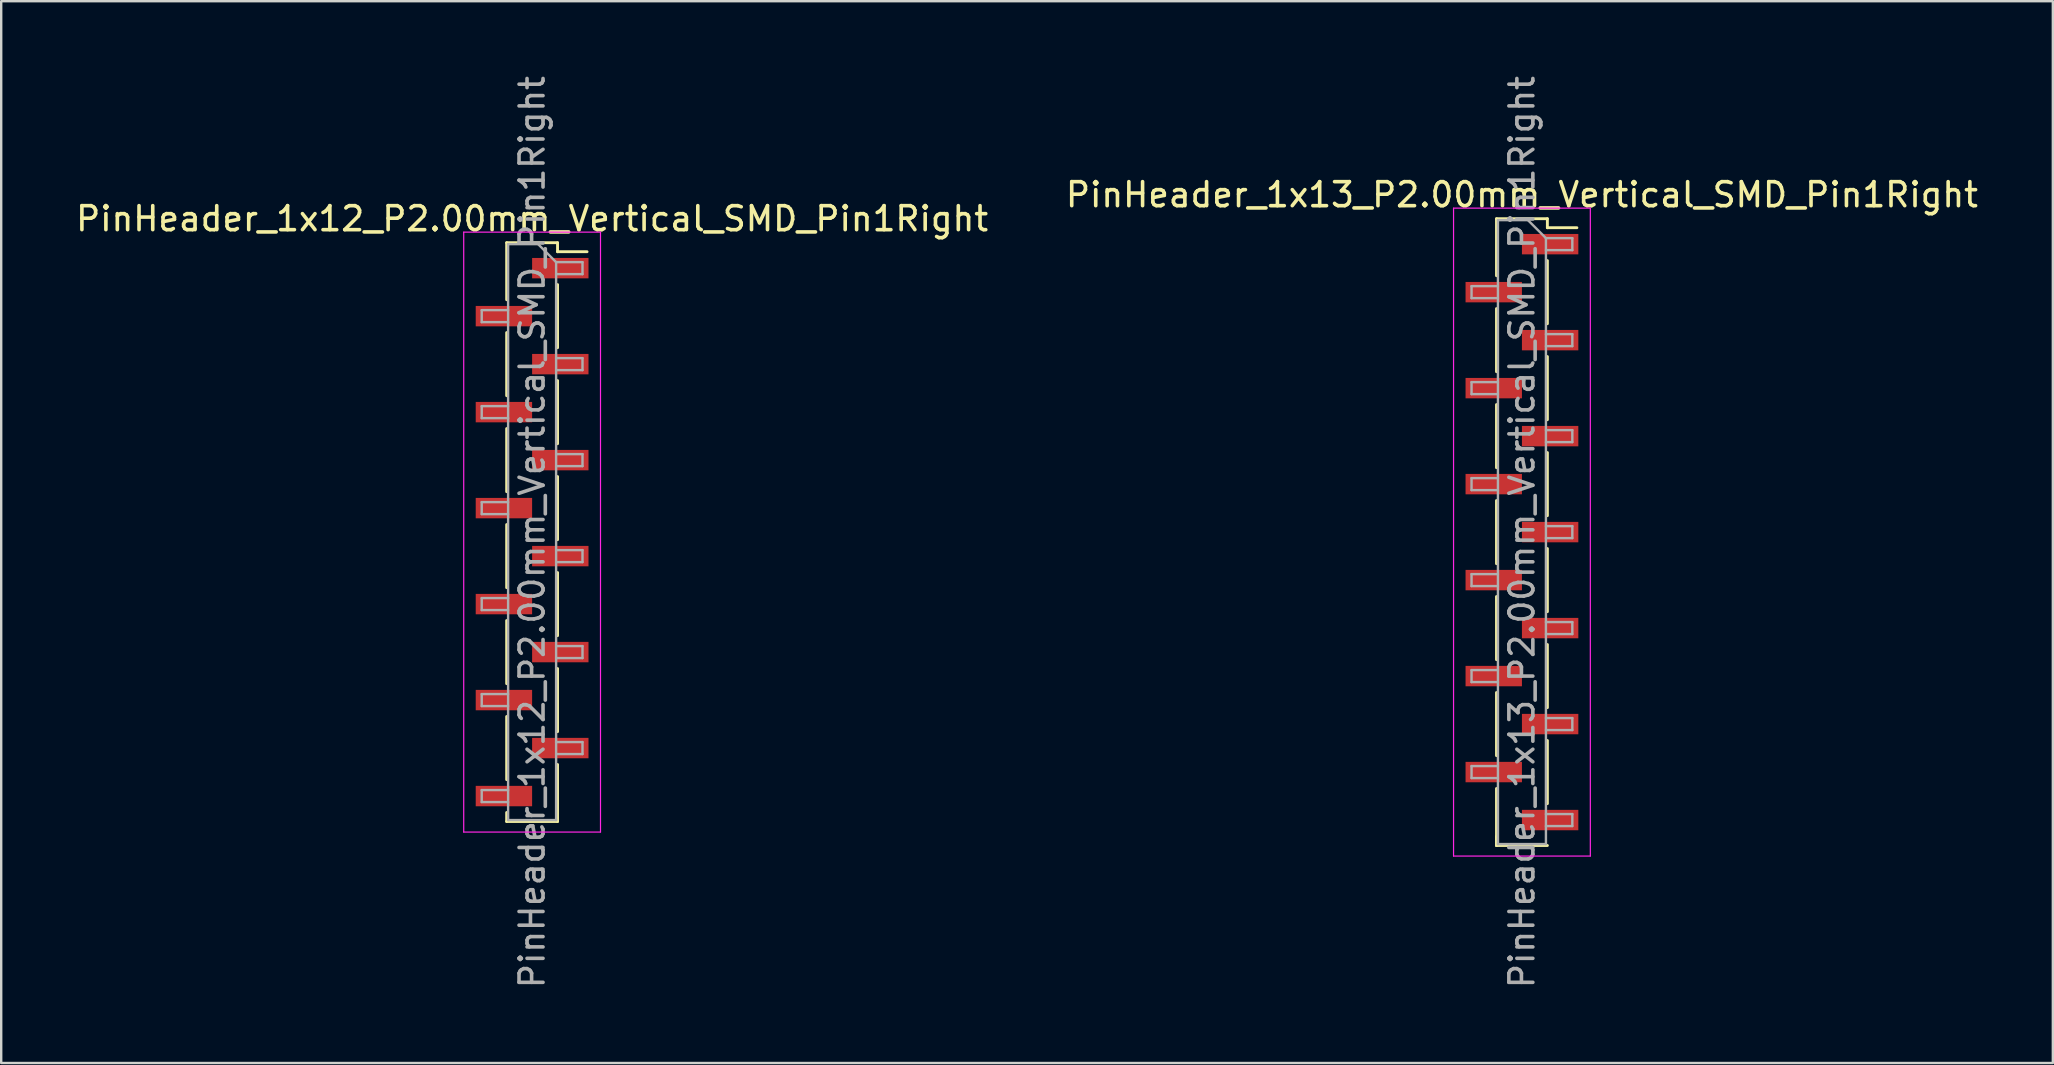
<source format=kicad_pcb>
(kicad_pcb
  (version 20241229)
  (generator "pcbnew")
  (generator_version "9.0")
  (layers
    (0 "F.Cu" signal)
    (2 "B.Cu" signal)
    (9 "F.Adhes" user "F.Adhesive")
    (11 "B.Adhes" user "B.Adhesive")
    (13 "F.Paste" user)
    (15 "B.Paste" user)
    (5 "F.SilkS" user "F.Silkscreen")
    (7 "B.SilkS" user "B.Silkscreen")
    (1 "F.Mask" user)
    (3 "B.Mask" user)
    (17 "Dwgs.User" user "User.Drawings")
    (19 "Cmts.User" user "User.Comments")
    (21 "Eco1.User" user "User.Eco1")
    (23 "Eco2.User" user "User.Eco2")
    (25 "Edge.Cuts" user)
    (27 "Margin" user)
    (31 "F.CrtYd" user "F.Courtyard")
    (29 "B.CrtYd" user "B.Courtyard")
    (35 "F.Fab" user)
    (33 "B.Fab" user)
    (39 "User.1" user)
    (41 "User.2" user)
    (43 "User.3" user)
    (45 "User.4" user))
  (footprint "PinHeader_1x13_P2.00mm_Vertical_SMD_Pin1Right"
    (layer "F.Cu")
    (at 60.375 19.125)
    (property "Reference" "PinHeader_1x13_P2.00mm_Vertical_SMD_Pin1Right" (at 0 -14.06 0) (layer "F.SilkS") (effects (font (size 1 1) (thickness 0.15))))
    (attr smd)
    (fp_line (start -1.06 -13.06) (end -1.06 -10.685) (stroke (width 0.12) (type solid)) (layer "F.SilkS"))
    (fp_line (start -1.06 -13.06) (end 1.06 -13.06) (stroke (width 0.12) (type solid)) (layer "F.SilkS"))
    (fp_line (start -1.06 -9.315) (end -1.06 -6.685) (stroke (width 0.12) (type solid)) (layer "F.SilkS"))
    (fp_line (start -1.06 -5.315) (end -1.06 -2.685) (stroke (width 0.12) (type solid)) (layer "F.SilkS"))
    (fp_line (start -1.06 -1.315) (end -1.06 1.315) (stroke (width 0.12) (type solid)) (layer "F.SilkS"))
    (fp_line (start -1.06 2.685) (end -1.06 5.315) (stroke (width 0.12) (type solid)) (layer "F.SilkS"))
    (fp_line (start -1.06 6.685) (end -1.06 9.315) (stroke (width 0.12) (type solid)) (layer "F.SilkS"))
    (fp_line (start -1.06 10.685) (end -1.06 13.06) (stroke (width 0.12) (type solid)) (layer "F.SilkS"))
    (fp_line (start -1.06 12.685) (end -1.06 13.06) (stroke (width 0.12) (type solid)) (layer "F.SilkS"))
    (fp_line (start -1.06 13.06) (end 1.06 13.06) (stroke (width 0.12) (type solid)) (layer "F.SilkS"))
    (fp_line (start 1.06 -13.06) (end 1.06 -12.685) (stroke (width 0.12) (type solid)) (layer "F.SilkS"))
    (fp_line (start 1.06 -12.685) (end 2.29 -12.685) (stroke (width 0.12) (type solid)) (layer "F.SilkS"))
    (fp_line (start 1.06 -11.315) (end 1.06 -8.685) (stroke (width 0.12) (type solid)) (layer "F.SilkS"))
    (fp_line (start 1.06 -7.315) (end 1.06 -4.685) (stroke (width 0.12) (type solid)) (layer "F.SilkS"))
    (fp_line (start 1.06 -3.315) (end 1.06 -0.685) (stroke (width 0.12) (type solid)) (layer "F.SilkS"))
    (fp_line (start 1.06 0.685) (end 1.06 3.315) (stroke (width 0.12) (type solid)) (layer "F.SilkS"))
    (fp_line (start 1.06 4.685) (end 1.06 7.315) (stroke (width 0.12) (type solid)) (layer "F.SilkS"))
    (fp_line (start 1.06 8.685) (end 1.06 11.315) (stroke (width 0.12) (type solid)) (layer "F.SilkS"))
    (fp_line (start -2.85 -13.5) (end -2.85 13.5) (stroke (width 0.05) (type solid)) (layer "F.CrtYd"))
    (fp_line (start -2.85 13.5) (end 2.85 13.5) (stroke (width 0.05) (type solid)) (layer "F.CrtYd"))
    (fp_line (start 2.85 -13.5) (end -2.85 -13.5) (stroke (width 0.05) (type solid)) (layer "F.CrtYd"))
    (fp_line (start 2.85 13.5) (end 2.85 -13.5) (stroke (width 0.05) (type solid)) (layer "F.CrtYd"))
    (fp_line (start -2.1 -10.25) (end -2.1 -9.75) (stroke (width 0.1) (type solid)) (layer "F.Fab"))
    (fp_line (start -2.1 -9.75) (end -1 -9.75) (stroke (width 0.1) (type solid)) (layer "F.Fab"))
    (fp_line (start -2.1 -6.25) (end -2.1 -5.75) (stroke (width 0.1) (type solid)) (layer "F.Fab"))
    (fp_line (start -2.1 -5.75) (end -1 -5.75) (stroke (width 0.1) (type solid)) (layer "F.Fab"))
    (fp_line (start -2.1 -2.25) (end -2.1 -1.75) (stroke (width 0.1) (type solid)) (layer "F.Fab"))
    (fp_line (start -2.1 -1.75) (end -1 -1.75) (stroke (width 0.1) (type solid)) (layer "F.Fab"))
    (fp_line (start -2.1 1.75) (end -2.1 2.25) (stroke (width 0.1) (type solid)) (layer "F.Fab"))
    (fp_line (start -2.1 2.25) (end -1 2.25) (stroke (width 0.1) (type solid)) (layer "F.Fab"))
    (fp_line (start -2.1 5.75) (end -2.1 6.25) (stroke (width 0.1) (type solid)) (layer "F.Fab"))
    (fp_line (start -2.1 6.25) (end -1 6.25) (stroke (width 0.1) (type solid)) (layer "F.Fab"))
    (fp_line (start -2.1 9.75) (end -2.1 10.25) (stroke (width 0.1) (type solid)) (layer "F.Fab"))
    (fp_line (start -2.1 10.25) (end -1 10.25) (stroke (width 0.1) (type solid)) (layer "F.Fab"))
    (fp_line (start -1 -13) (end -1 13) (stroke (width 0.1) (type solid)) (layer "F.Fab"))
    (fp_line (start -1 -13) (end 0.25 -13) (stroke (width 0.1) (type solid)) (layer "F.Fab"))
    (fp_line (start -1 -10.25) (end -2.1 -10.25) (stroke (width 0.1) (type solid)) (layer "F.Fab"))
    (fp_line (start -1 -6.25) (end -2.1 -6.25) (stroke (width 0.1) (type solid)) (layer "F.Fab"))
    (fp_line (start -1 -2.25) (end -2.1 -2.25) (stroke (width 0.1) (type solid)) (layer "F.Fab"))
    (fp_line (start -1 1.75) (end -2.1 1.75) (stroke (width 0.1) (type solid)) (layer "F.Fab"))
    (fp_line (start -1 5.75) (end -2.1 5.75) (stroke (width 0.1) (type solid)) (layer "F.Fab"))
    (fp_line (start -1 9.75) (end -2.1 9.75) (stroke (width 0.1) (type solid)) (layer "F.Fab"))
    (fp_line (start 1 -12.25) (end 0.25 -13) (stroke (width 0.1) (type solid)) (layer "F.Fab"))
    (fp_line (start 1 -12.25) (end 2.1 -12.25) (stroke (width 0.1) (type solid)) (layer "F.Fab"))
    (fp_line (start 1 -8.25) (end 2.1 -8.25) (stroke (width 0.1) (type solid)) (layer "F.Fab"))
    (fp_line (start 1 -4.25) (end 2.1 -4.25) (stroke (width 0.1) (type solid)) (layer "F.Fab"))
    (fp_line (start 1 -0.25) (end 2.1 -0.25) (stroke (width 0.1) (type solid)) (layer "F.Fab"))
    (fp_line (start 1 3.75) (end 2.1 3.75) (stroke (width 0.1) (type solid)) (layer "F.Fab"))
    (fp_line (start 1 7.75) (end 2.1 7.75) (stroke (width 0.1) (type solid)) (layer "F.Fab"))
    (fp_line (start 1 11.75) (end 2.1 11.75) (stroke (width 0.1) (type solid)) (layer "F.Fab"))
    (fp_line (start 1 13) (end -1 13) (stroke (width 0.1) (type solid)) (layer "F.Fab"))
    (fp_line (start 1 13) (end 1 -12.25) (stroke (width 0.1) (type solid)) (layer "F.Fab"))
    (fp_line (start 2.1 -12.25) (end 2.1 -11.75) (stroke (width 0.1) (type solid)) (layer "F.Fab"))
    (fp_line (start 2.1 -11.75) (end 1 -11.75) (stroke (width 0.1) (type solid)) (layer "F.Fab"))
    (fp_line (start 2.1 -8.25) (end 2.1 -7.75) (stroke (width 0.1) (type solid)) (layer "F.Fab"))
    (fp_line (start 2.1 -7.75) (end 1 -7.75) (stroke (width 0.1) (type solid)) (layer "F.Fab"))
    (fp_line (start 2.1 -4.25) (end 2.1 -3.75) (stroke (width 0.1) (type solid)) (layer "F.Fab"))
    (fp_line (start 2.1 -3.75) (end 1 -3.75) (stroke (width 0.1) (type solid)) (layer "F.Fab"))
    (fp_line (start 2.1 -0.25) (end 2.1 0.25) (stroke (width 0.1) (type solid)) (layer "F.Fab"))
    (fp_line (start 2.1 0.25) (end 1 0.25) (stroke (width 0.1) (type solid)) (layer "F.Fab"))
    (fp_line (start 2.1 3.75) (end 2.1 4.25) (stroke (width 0.1) (type solid)) (layer "F.Fab"))
    (fp_line (start 2.1 4.25) (end 1 4.25) (stroke (width 0.1) (type solid)) (layer "F.Fab"))
    (fp_line (start 2.1 7.75) (end 2.1 8.25) (stroke (width 0.1) (type solid)) (layer "F.Fab"))
    (fp_line (start 2.1 8.25) (end 1 8.25) (stroke (width 0.1) (type solid)) (layer "F.Fab"))
    (fp_line (start 2.1 11.75) (end 2.1 12.25) (stroke (width 0.1) (type solid)) (layer "F.Fab"))
    (fp_line (start 2.1 12.25) (end 1 12.25) (stroke (width 0.1) (type solid)) (layer "F.Fab"))
    (fp_text user "${REFERENCE}" (at 0 0 90) (layer "F.Fab") (effects (font (size 1 1) (thickness 0.15))))
    (pad "1" smd rect (at 1.175 -12) (size 2.35 0.85) (layers "F.Cu" "F.Mask" "F.Paste"))
    (pad "2" smd rect (at -1.175 -10) (size 2.35 0.85) (layers "F.Cu" "F.Mask" "F.Paste"))
    (pad "3" smd rect (at 1.175 -8) (size 2.35 0.85) (layers "F.Cu" "F.Mask" "F.Paste"))
    (pad "4" smd rect (at -1.175 -6) (size 2.35 0.85) (layers "F.Cu" "F.Mask" "F.Paste"))
    (pad "5" smd rect (at 1.175 -4) (size 2.35 0.85) (layers "F.Cu" "F.Mask" "F.Paste"))
    (pad "6" smd rect (at -1.175 -2) (size 2.35 0.85) (layers "F.Cu" "F.Mask" "F.Paste"))
    (pad "7" smd rect (at 1.175 0) (size 2.35 0.85) (layers "F.Cu" "F.Mask" "F.Paste"))
    (pad "8" smd rect (at -1.175 2) (size 2.35 0.85) (layers "F.Cu" "F.Mask" "F.Paste"))
    (pad "9" smd rect (at 1.175 4) (size 2.35 0.85) (layers "F.Cu" "F.Mask" "F.Paste"))
    (pad "10" smd rect (at -1.175 6) (size 2.35 0.85) (layers "F.Cu" "F.Mask" "F.Paste"))
    (pad "11" smd rect (at 1.175 8) (size 2.35 0.85) (layers "F.Cu" "F.Mask" "F.Paste"))
    (pad "12" smd rect (at -1.175 10) (size 2.35 0.85) (layers "F.Cu" "F.Mask" "F.Paste"))
    (pad "13" smd rect (at 1.175 12) (size 2.35 0.85) (layers "F.Cu" "F.Mask" "F.Paste")))
  (footprint "PinHeader_1x12_P2.00mm_Vertical_SMD_Pin1Right"
    (layer "F.Cu")
    (at 19.125 19.125)
    (property "Reference" "PinHeader_1x12_P2.00mm_Vertical_SMD_Pin1Right" (at 0 -13.06 0) (layer "F.SilkS") (effects (font (size 1 1) (thickness 0.15))))
    (attr smd)
    (fp_line (start -1.06 -12.06) (end -1.06 -9.685) (stroke (width 0.12) (type solid)) (layer "F.SilkS"))
    (fp_line (start -1.06 -12.06) (end 1.06 -12.06) (stroke (width 0.12) (type solid)) (layer "F.SilkS"))
    (fp_line (start -1.06 -8.315) (end -1.06 -5.685) (stroke (width 0.12) (type solid)) (layer "F.SilkS"))
    (fp_line (start -1.06 -4.315) (end -1.06 -1.685) (stroke (width 0.12) (type solid)) (layer "F.SilkS"))
    (fp_line (start -1.06 -0.315) (end -1.06 2.315) (stroke (width 0.12) (type solid)) (layer "F.SilkS"))
    (fp_line (start -1.06 3.685) (end -1.06 6.315) (stroke (width 0.12) (type solid)) (layer "F.SilkS"))
    (fp_line (start -1.06 7.685) (end -1.06 10.315) (stroke (width 0.12) (type solid)) (layer "F.SilkS"))
    (fp_line (start -1.06 11.685) (end -1.06 12.06) (stroke (width 0.12) (type solid)) (layer "F.SilkS"))
    (fp_line (start -1.06 12.06) (end 1.06 12.06) (stroke (width 0.12) (type solid)) (layer "F.SilkS"))
    (fp_line (start 1.06 -12.06) (end 1.06 -11.685) (stroke (width 0.12) (type solid)) (layer "F.SilkS"))
    (fp_line (start 1.06 -11.685) (end 2.29 -11.685) (stroke (width 0.12) (type solid)) (layer "F.SilkS"))
    (fp_line (start 1.06 -10.315) (end 1.06 -7.685) (stroke (width 0.12) (type solid)) (layer "F.SilkS"))
    (fp_line (start 1.06 -6.315) (end 1.06 -3.685) (stroke (width 0.12) (type solid)) (layer "F.SilkS"))
    (fp_line (start 1.06 -2.315) (end 1.06 0.315) (stroke (width 0.12) (type solid)) (layer "F.SilkS"))
    (fp_line (start 1.06 1.685) (end 1.06 4.315) (stroke (width 0.12) (type solid)) (layer "F.SilkS"))
    (fp_line (start 1.06 5.685) (end 1.06 8.315) (stroke (width 0.12) (type solid)) (layer "F.SilkS"))
    (fp_line (start 1.06 9.685) (end 1.06 12.06) (stroke (width 0.12) (type solid)) (layer "F.SilkS"))
    (fp_line (start -2.85 -12.5) (end -2.85 12.5) (stroke (width 0.05) (type solid)) (layer "F.CrtYd"))
    (fp_line (start -2.85 12.5) (end 2.85 12.5) (stroke (width 0.05) (type solid)) (layer "F.CrtYd"))
    (fp_line (start 2.85 -12.5) (end -2.85 -12.5) (stroke (width 0.05) (type solid)) (layer "F.CrtYd"))
    (fp_line (start 2.85 12.5) (end 2.85 -12.5) (stroke (width 0.05) (type solid)) (layer "F.CrtYd"))
    (fp_line (start -2.1 -9.25) (end -2.1 -8.75) (stroke (width 0.1) (type solid)) (layer "F.Fab"))
    (fp_line (start -2.1 -8.75) (end -1 -8.75) (stroke (width 0.1) (type solid)) (layer "F.Fab"))
    (fp_line (start -2.1 -5.25) (end -2.1 -4.75) (stroke (width 0.1) (type solid)) (layer "F.Fab"))
    (fp_line (start -2.1 -4.75) (end -1 -4.75) (stroke (width 0.1) (type solid)) (layer "F.Fab"))
    (fp_line (start -2.1 -1.25) (end -2.1 -0.75) (stroke (width 0.1) (type solid)) (layer "F.Fab"))
    (fp_line (start -2.1 -0.75) (end -1 -0.75) (stroke (width 0.1) (type solid)) (layer "F.Fab"))
    (fp_line (start -2.1 2.75) (end -2.1 3.25) (stroke (width 0.1) (type solid)) (layer "F.Fab"))
    (fp_line (start -2.1 3.25) (end -1 3.25) (stroke (width 0.1) (type solid)) (layer "F.Fab"))
    (fp_line (start -2.1 6.75) (end -2.1 7.25) (stroke (width 0.1) (type solid)) (layer "F.Fab"))
    (fp_line (start -2.1 7.25) (end -1 7.25) (stroke (width 0.1) (type solid)) (layer "F.Fab"))
    (fp_line (start -2.1 10.75) (end -2.1 11.25) (stroke (width 0.1) (type solid)) (layer "F.Fab"))
    (fp_line (start -2.1 11.25) (end -1 11.25) (stroke (width 0.1) (type solid)) (layer "F.Fab"))
    (fp_line (start -1 -12) (end -1 12) (stroke (width 0.1) (type solid)) (layer "F.Fab"))
    (fp_line (start -1 -12) (end 0.25 -12) (stroke (width 0.1) (type solid)) (layer "F.Fab"))
    (fp_line (start -1 -9.25) (end -2.1 -9.25) (stroke (width 0.1) (type solid)) (layer "F.Fab"))
    (fp_line (start -1 -5.25) (end -2.1 -5.25) (stroke (width 0.1) (type solid)) (layer "F.Fab"))
    (fp_line (start -1 -1.25) (end -2.1 -1.25) (stroke (width 0.1) (type solid)) (layer "F.Fab"))
    (fp_line (start -1 2.75) (end -2.1 2.75) (stroke (width 0.1) (type solid)) (layer "F.Fab"))
    (fp_line (start -1 6.75) (end -2.1 6.75) (stroke (width 0.1) (type solid)) (layer "F.Fab"))
    (fp_line (start -1 10.75) (end -2.1 10.75) (stroke (width 0.1) (type solid)) (layer "F.Fab"))
    (fp_line (start 1 -11.25) (end 0.25 -12) (stroke (width 0.1) (type solid)) (layer "F.Fab"))
    (fp_line (start 1 -11.25) (end 2.1 -11.25) (stroke (width 0.1) (type solid)) (layer "F.Fab"))
    (fp_line (start 1 -7.25) (end 2.1 -7.25) (stroke (width 0.1) (type solid)) (layer "F.Fab"))
    (fp_line (start 1 -3.25) (end 2.1 -3.25) (stroke (width 0.1) (type solid)) (layer "F.Fab"))
    (fp_line (start 1 0.75) (end 2.1 0.75) (stroke (width 0.1) (type solid)) (layer "F.Fab"))
    (fp_line (start 1 4.75) (end 2.1 4.75) (stroke (width 0.1) (type solid)) (layer "F.Fab"))
    (fp_line (start 1 8.75) (end 2.1 8.75) (stroke (width 0.1) (type solid)) (layer "F.Fab"))
    (fp_line (start 1 12) (end -1 12) (stroke (width 0.1) (type solid)) (layer "F.Fab"))
    (fp_line (start 1 12) (end 1 -11.25) (stroke (width 0.1) (type solid)) (layer "F.Fab"))
    (fp_line (start 2.1 -11.25) (end 2.1 -10.75) (stroke (width 0.1) (type solid)) (layer "F.Fab"))
    (fp_line (start 2.1 -10.75) (end 1 -10.75) (stroke (width 0.1) (type solid)) (layer "F.Fab"))
    (fp_line (start 2.1 -7.25) (end 2.1 -6.75) (stroke (width 0.1) (type solid)) (layer "F.Fab"))
    (fp_line (start 2.1 -6.75) (end 1 -6.75) (stroke (width 0.1) (type solid)) (layer "F.Fab"))
    (fp_line (start 2.1 -3.25) (end 2.1 -2.75) (stroke (width 0.1) (type solid)) (layer "F.Fab"))
    (fp_line (start 2.1 -2.75) (end 1 -2.75) (stroke (width 0.1) (type solid)) (layer "F.Fab"))
    (fp_line (start 2.1 0.75) (end 2.1 1.25) (stroke (width 0.1) (type solid)) (layer "F.Fab"))
    (fp_line (start 2.1 1.25) (end 1 1.25) (stroke (width 0.1) (type solid)) (layer "F.Fab"))
    (fp_line (start 2.1 4.75) (end 2.1 5.25) (stroke (width 0.1) (type solid)) (layer "F.Fab"))
    (fp_line (start 2.1 5.25) (end 1 5.25) (stroke (width 0.1) (type solid)) (layer "F.Fab"))
    (fp_line (start 2.1 8.75) (end 2.1 9.25) (stroke (width 0.1) (type solid)) (layer "F.Fab"))
    (fp_line (start 2.1 9.25) (end 1 9.25) (stroke (width 0.1) (type solid)) (layer "F.Fab"))
    (fp_text user "${REFERENCE}" (at 0 0 90) (layer "F.Fab") (effects (font (size 1 1) (thickness 0.15))))
    (pad "1" smd rect (at 1.175 -11) (size 2.35 0.85) (layers "F.Cu" "F.Mask" "F.Paste"))
    (pad "2" smd rect (at -1.175 -9) (size 2.35 0.85) (layers "F.Cu" "F.Mask" "F.Paste"))
    (pad "3" smd rect (at 1.175 -7) (size 2.35 0.85) (layers "F.Cu" "F.Mask" "F.Paste"))
    (pad "4" smd rect (at -1.175 -5) (size 2.35 0.85) (layers "F.Cu" "F.Mask" "F.Paste"))
    (pad "5" smd rect (at 1.175 -3) (size 2.35 0.85) (layers "F.Cu" "F.Mask" "F.Paste"))
    (pad "6" smd rect (at -1.175 -1) (size 2.35 0.85) (layers "F.Cu" "F.Mask" "F.Paste"))
    (pad "7" smd rect (at 1.175 1) (size 2.35 0.85) (layers "F.Cu" "F.Mask" "F.Paste"))
    (pad "8" smd rect (at -1.175 3) (size 2.35 0.85) (layers "F.Cu" "F.Mask" "F.Paste"))
    (pad "9" smd rect (at 1.175 5) (size 2.35 0.85) (layers "F.Cu" "F.Mask" "F.Paste"))
    (pad "10" smd rect (at -1.175 7) (size 2.35 0.85) (layers "F.Cu" "F.Mask" "F.Paste"))
    (pad "11" smd rect (at 1.175 9) (size 2.35 0.85) (layers "F.Cu" "F.Mask" "F.Paste"))
    (pad "12" smd rect (at -1.175 11) (size 2.35 0.85) (layers "F.Cu" "F.Mask" "F.Paste")))
  (gr_rect
    (start -3 -3)
    (end 82.5 41.25)
    (stroke (width 0.1) (type default))
    (fill no)
    (layer "Edge.Cuts")))
</source>
